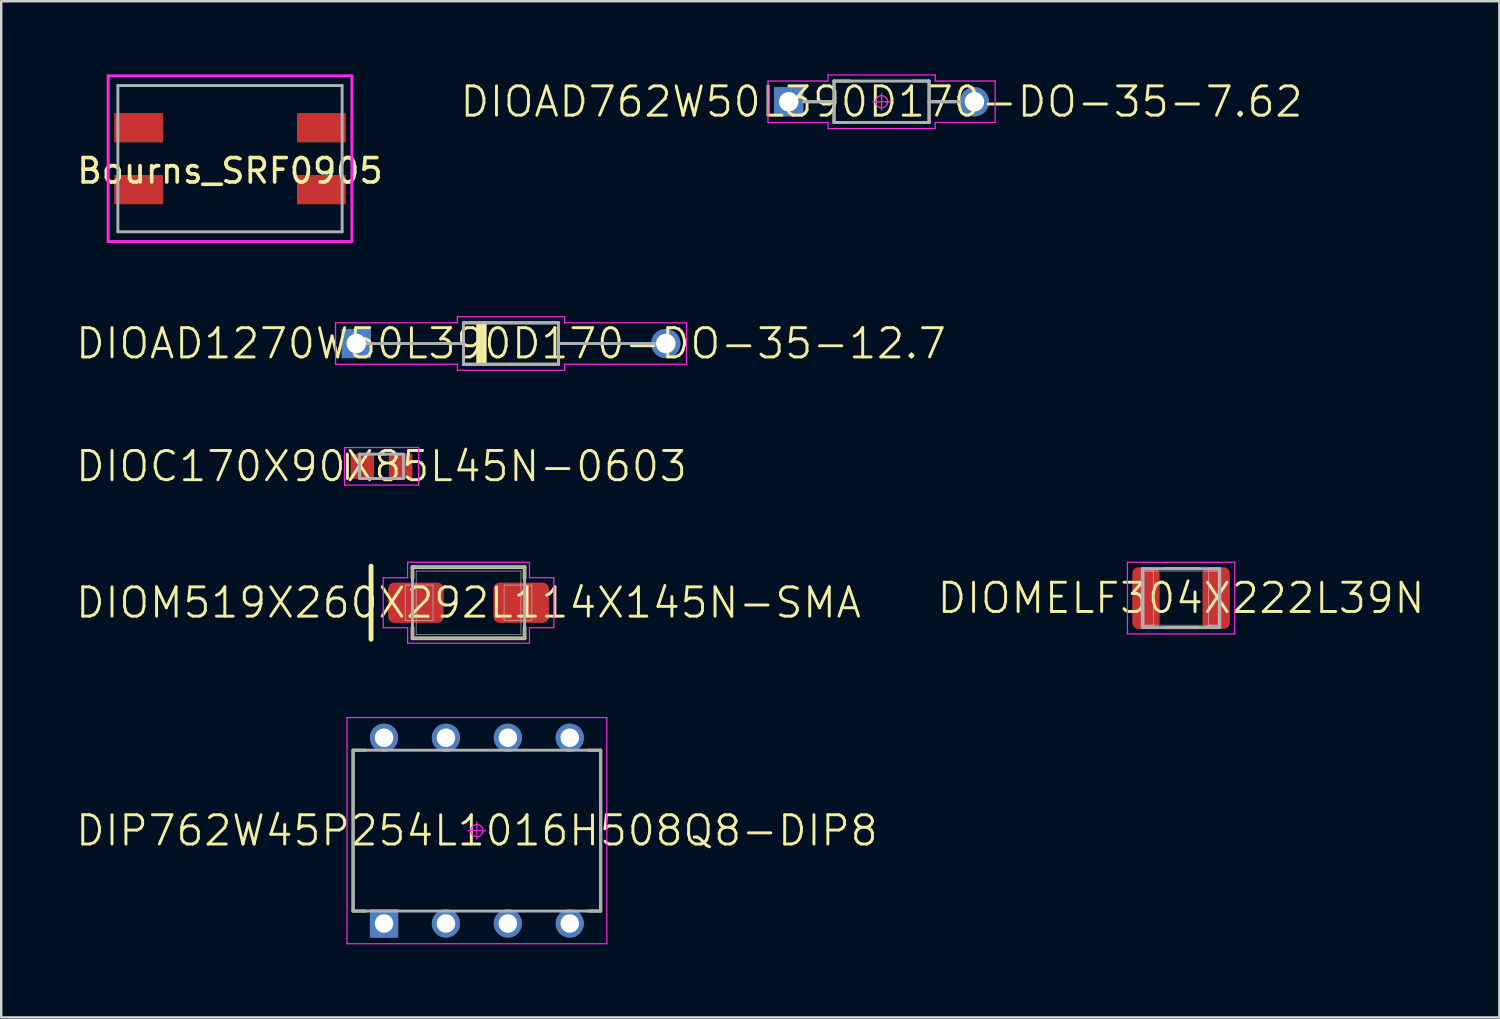
<source format=kicad_pcb>
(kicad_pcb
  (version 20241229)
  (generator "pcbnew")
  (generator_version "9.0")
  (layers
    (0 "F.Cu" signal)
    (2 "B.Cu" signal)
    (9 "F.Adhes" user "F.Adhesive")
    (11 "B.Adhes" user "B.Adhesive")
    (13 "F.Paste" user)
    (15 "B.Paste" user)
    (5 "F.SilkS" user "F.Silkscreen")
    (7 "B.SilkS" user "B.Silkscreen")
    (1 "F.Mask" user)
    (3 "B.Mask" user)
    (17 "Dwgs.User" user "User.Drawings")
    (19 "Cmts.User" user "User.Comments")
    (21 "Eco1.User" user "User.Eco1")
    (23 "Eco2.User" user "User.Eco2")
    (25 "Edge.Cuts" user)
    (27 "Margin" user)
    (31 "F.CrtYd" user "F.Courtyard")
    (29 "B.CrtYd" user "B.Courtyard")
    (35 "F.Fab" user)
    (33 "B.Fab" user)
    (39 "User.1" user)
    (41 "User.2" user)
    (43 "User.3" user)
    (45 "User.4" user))
  (footprint "DIOC170X90X85L45N-0603"
    (layer "F.Cu")
    (at 12.603 16.083)
    (property "Reference" "DIOC170X90X85L45N-0603" (at 0 0 0) (layer "F.SilkS") (effects (font (size 1.2 1.2) (thickness 0.12))))
    (attr smd)
    (fp_line (start -1.399 -0.5) (end -1.399 0.5) (stroke (width 0.12) (type solid)) (layer "F.SilkS"))
    (fp_line (start -0.129 -0.5) (end 0.129 -0.5) (stroke (width 0.12) (type solid)) (layer "F.SilkS"))
    (fp_line (start -0.129 0.5) (end 0.129 0.5) (stroke (width 0.12) (type solid)) (layer "F.SilkS"))
    (fp_line (start -1.52 -0.77) (end 1.52 -0.77) (stroke (width 0.05) (type solid)) (layer "F.CrtYd"))
    (fp_line (start -1.52 0.77) (end -1.52 -0.77) (stroke (width 0.05) (type solid)) (layer "F.CrtYd"))
    (fp_line (start 1.52 -0.77) (end 1.52 0.77) (stroke (width 0.05) (type solid)) (layer "F.CrtYd"))
    (fp_line (start 1.52 0.77) (end -1.52 0.77) (stroke (width 0.05) (type solid)) (layer "F.CrtYd"))
    (fp_line (start -0.9 -0.5) (end 0.9 -0.5) (stroke (width 0.12) (type solid)) (layer "F.Fab"))
    (fp_line (start -0.9 0.5) (end -0.9 -0.5) (stroke (width 0.12) (type solid)) (layer "F.Fab"))
    (fp_line (start 0.9 -0.5) (end 0.9 0.5) (stroke (width 0.12) (type solid)) (layer "F.Fab"))
    (fp_line (start 0.9 0.5) (end -0.9 0.5) (stroke (width 0.12) (type solid)) (layer "F.Fab"))
    (pad "1" smd rect (at -0.785 0) (size 0.96 1.03) (layers "F.Cu" "F.Mask" "F.Paste"))
    (pad "2" smd rect (at 0.785 0) (size 0.96 1.03) (layers "F.Cu" "F.Mask" "F.Paste")))
  (footprint "DIOAD762W50L390D170-DO-35-7.62"
    (layer "F.Cu")
    (at 33.12 1.125)
    (property "Reference" "DIOAD762W50L390D170-DO-35-7.62" (at 0 0 0) (layer "F.SilkS") (effects (font (size 1.2 1.2) (thickness 0.12))))
    (attr through_hole)
    (fp_line (start -1.95 -0.85) (end -1.95 0.85) (stroke (width 0.12) (type solid)) (layer "F.SilkS"))
    (fp_line (start -1.95 0) (end -3.03 0) (stroke (width 0.12) (type solid)) (layer "F.SilkS"))
    (fp_line (start -1.95 0.85) (end -1.3 0.85) (stroke (width 0.12) (type solid)) (layer "F.SilkS"))
    (fp_line (start -1.3 -0.85) (end -1.95 -0.85) (stroke (width 0.12) (type solid)) (layer "F.SilkS"))
    (fp_line (start 1.3 -0.85) (end 1.95 -0.85) (stroke (width 0.12) (type solid)) (layer "F.SilkS"))
    (fp_line (start 1.95 -0.85) (end 1.95 0.85) (stroke (width 0.12) (type solid)) (layer "F.SilkS"))
    (fp_line (start 1.95 0) (end 3.03 0) (stroke (width 0.12) (type solid)) (layer "F.SilkS"))
    (fp_line (start 1.95 0.85) (end 1.3 0.85) (stroke (width 0.12) (type solid)) (layer "F.SilkS"))
    (fp_line (start -4.66 -0.85) (end -2.2 -0.85) (stroke (width 0.05) (type solid)) (layer "F.CrtYd"))
    (fp_line (start -4.66 0.85) (end -4.66 -0.85) (stroke (width 0.05) (type solid)) (layer "F.CrtYd"))
    (fp_line (start -2.2 -1.1) (end 2.2 -1.1) (stroke (width 0.05) (type solid)) (layer "F.CrtYd"))
    (fp_line (start -2.2 -0.85) (end -2.2 -1.1) (stroke (width 0.05) (type solid)) (layer "F.CrtYd"))
    (fp_line (start -2.2 0.85) (end -4.66 0.85) (stroke (width 0.05) (type solid)) (layer "F.CrtYd"))
    (fp_line (start -2.2 1.1) (end -2.2 0.85) (stroke (width 0.05) (type solid)) (layer "F.CrtYd"))
    (fp_line (start 0 -0.35) (end 0 0.35) (stroke (width 0.05) (type solid)) (layer "F.CrtYd"))
    (fp_line (start 0.35 0) (end -0.35 0) (stroke (width 0.05) (type solid)) (layer "F.CrtYd"))
    (fp_line (start 2.2 -1.1) (end 2.2 -0.85) (stroke (width 0.05) (type solid)) (layer "F.CrtYd"))
    (fp_line (start 2.2 -0.85) (end 4.66 -0.85) (stroke (width 0.05) (type solid)) (layer "F.CrtYd"))
    (fp_line (start 2.2 0.85) (end 2.2 1.1) (stroke (width 0.05) (type solid)) (layer "F.CrtYd"))
    (fp_line (start 2.2 1.1) (end -2.2 1.1) (stroke (width 0.05) (type solid)) (layer "F.CrtYd"))
    (fp_line (start 4.66 -0.85) (end 4.66 0.85) (stroke (width 0.05) (type solid)) (layer "F.CrtYd"))
    (fp_line (start 4.66 0.85) (end 2.2 0.85) (stroke (width 0.05) (type solid)) (layer "F.CrtYd"))
    (fp_circle (center 0 0) (end 0 0.25) (stroke (width 0.05) (type solid)) (fill no) (layer "F.CrtYd"))
    (fp_line (start -1.95 -0.85) (end 1.95 -0.85) (stroke (width 0.12) (type solid)) (layer "F.Fab"))
    (fp_line (start -1.95 0) (end -3.21 0) (stroke (width 0.12) (type solid)) (layer "F.Fab"))
    (fp_line (start -1.95 0.85) (end -1.95 -0.85) (stroke (width 0.12) (type solid)) (layer "F.Fab"))
    (fp_line (start 1.95 -0.85) (end 1.95 0.85) (stroke (width 0.12) (type solid)) (layer "F.Fab"))
    (fp_line (start 1.95 0) (end 3.21 0) (stroke (width 0.12) (type solid)) (layer "F.Fab"))
    (fp_line (start 1.95 0.85) (end -1.95 0.85) (stroke (width 0.12) (type solid)) (layer "F.Fab"))
    (pad "A" thru_hole circle (at 3.81 0) (size 1.2 1.2) (drill 0.8) (layers "*.Cu" "*.Mask"))
    (pad "C" thru_hole rect (at -3.81 0) (size 1.2 1.2) (drill 0.8) (layers "*.Cu" "*.Mask")))
  (footprint "DIP762W45P254L1016H508Q8-DIP8"
    (layer "F.Cu")
    (at 16.517 31.03)
    (property "Reference" "DIP762W45P254L1016H508Q8-DIP8" (at 0 0 0) (layer "F.SilkS") (effects (font (size 1.2 1.2) (thickness 0.12))))
    (attr through_hole)
    (fp_line (start -5.08 -3.3) (end -4.57 -3.3) (stroke (width 0.12) (type solid)) (layer "F.SilkS"))
    (fp_line (start -5.08 3.3) (end -5.08 -3.3) (stroke (width 0.12) (type solid)) (layer "F.SilkS"))
    (fp_line (start -4.57 3.3) (end -5.08 3.3) (stroke (width 0.12) (type solid)) (layer "F.SilkS"))
    (fp_line (start 4.57 3.3) (end 5.08 3.3) (stroke (width 0.12) (type solid)) (layer "F.SilkS"))
    (fp_line (start 5.08 -3.3) (end 4.57 -3.3) (stroke (width 0.12) (type solid)) (layer "F.SilkS"))
    (fp_line (start 5.08 3.3) (end 5.08 -3.3) (stroke (width 0.12) (type solid)) (layer "F.SilkS"))
    (fp_line (start -5.33 -4.64) (end 5.33 -4.64) (stroke (width 0.05) (type solid)) (layer "F.CrtYd"))
    (fp_line (start -5.33 4.64) (end -5.33 -4.64) (stroke (width 0.05) (type solid)) (layer "F.CrtYd"))
    (fp_line (start -0.35 0) (end 0.35 0) (stroke (width 0.05) (type solid)) (layer "F.CrtYd"))
    (fp_line (start 0 -0.35) (end 0 0.35) (stroke (width 0.05) (type solid)) (layer "F.CrtYd"))
    (fp_line (start 5.33 -4.64) (end 5.33 4.64) (stroke (width 0.05) (type solid)) (layer "F.CrtYd"))
    (fp_line (start 5.33 4.64) (end -5.33 4.64) (stroke (width 0.05) (type solid)) (layer "F.CrtYd"))
    (fp_circle (center 0 0) (end 0 0.25) (stroke (width 0.05) (type solid)) (fill no) (layer "F.CrtYd"))
    (fp_line (start -5.08 -3.3) (end 5.08 -3.3) (stroke (width 0.12) (type solid)) (layer "F.Fab"))
    (fp_line (start -5.08 3.3) (end -5.08 -3.3) (stroke (width 0.12) (type solid)) (layer "F.Fab"))
    (fp_line (start 5.08 -3.3) (end 5.08 3.3) (stroke (width 0.12) (type solid)) (layer "F.Fab"))
    (fp_line (start 5.08 3.3) (end -5.08 3.3) (stroke (width 0.12) (type solid)) (layer "F.Fab"))
    (pad "1" thru_hole rect (at -3.81 3.81) (size 1.16 1.16) (drill 0.76) (layers "*.Cu" "*.Mask"))
    (pad "2" thru_hole circle (at -1.27 3.81) (size 1.16 1.16) (drill 0.76) (layers "*.Cu" "*.Mask"))
    (pad "3" thru_hole circle (at 1.27 3.81) (size 1.16 1.16) (drill 0.76) (layers "*.Cu" "*.Mask"))
    (pad "4" thru_hole circle (at 3.81 3.81) (size 1.16 1.16) (drill 0.76) (layers "*.Cu" "*.Mask"))
    (pad "5" thru_hole circle (at 3.81 -3.81) (size 1.16 1.16) (drill 0.76) (layers "*.Cu" "*.Mask"))
    (pad "6" thru_hole circle (at 1.27 -3.81) (size 1.16 1.16) (drill 0.76) (layers "*.Cu" "*.Mask"))
    (pad "7" thru_hole circle (at -1.27 -3.81) (size 1.16 1.16) (drill 0.76) (layers "*.Cu" "*.Mask"))
    (pad "8" thru_hole circle (at -3.81 -3.81) (size 1.16 1.16) (drill 0.76) (layers "*.Cu" "*.Mask")))
  (footprint "DIOAD1270W50L390D170-DO-35-12.7"
    (layer "F.Cu")
    (at 17.917 11.045)
    (property "Reference" "DIOAD1270W50L390D170-DO-35-12.7" (at 0 0 0) (layer "F.SilkS") (effects (font (size 1.2 1.2) (thickness 0.12))))
    (attr through_hole)
    (fp_line (start -1.95 -0.85) (end -1.95 0.85) (stroke (width 0.12) (type solid)) (layer "F.SilkS"))
    (fp_line (start -1.95 0) (end -3.03 0) (stroke (width 0.12) (type solid)) (layer "F.SilkS"))
    (fp_line (start -1.95 0.85) (end 0 0.85) (stroke (width 0.12) (type solid)) (layer "F.SilkS"))
    (fp_line (start -1.366 -0.85) (end -1.366 0.85) (stroke (width 0.12) (type solid)) (layer "F.SilkS"))
    (fp_line (start -1.264 -0.85) (end -1.264 0.85) (stroke (width 0.12) (type solid)) (layer "F.SilkS"))
    (fp_line (start -1.163 -0.85) (end -1.163 0.85) (stroke (width 0.12) (type solid)) (layer "F.SilkS"))
    (fp_line (start -1.061 -0.85) (end -1.061 0.85) (stroke (width 0.12) (type solid)) (layer "F.SilkS"))
    (fp_line (start 0 -0.85) (end -1.95 -0.85) (stroke (width 0.12) (type solid)) (layer "F.SilkS"))
    (fp_line (start 0 -0.85) (end 1.95 -0.85) (stroke (width 0.12) (type solid)) (layer "F.SilkS"))
    (fp_line (start 1.95 -0.85) (end 1.95 0.85) (stroke (width 0.12) (type solid)) (layer "F.SilkS"))
    (fp_line (start 1.95 0) (end 3.03 0) (stroke (width 0.12) (type solid)) (layer "F.SilkS"))
    (fp_line (start 1.95 0.85) (end 0 0.85) (stroke (width 0.12) (type solid)) (layer "F.SilkS"))
    (fp_line (start -7.2 -0.85) (end -2.2 -0.85) (stroke (width 0.05) (type solid)) (layer "F.CrtYd"))
    (fp_line (start -7.2 0.85) (end -7.2 -0.85) (stroke (width 0.05) (type solid)) (layer "F.CrtYd"))
    (fp_line (start -2.2 -1.1) (end 2.2 -1.1) (stroke (width 0.05) (type solid)) (layer "F.CrtYd"))
    (fp_line (start -2.2 -0.85) (end -2.2 -1.1) (stroke (width 0.05) (type solid)) (layer "F.CrtYd"))
    (fp_line (start -2.2 0.85) (end -7.2 0.85) (stroke (width 0.05) (type solid)) (layer "F.CrtYd"))
    (fp_line (start -2.2 1.1) (end -2.2 0.85) (stroke (width 0.05) (type solid)) (layer "F.CrtYd"))
    (fp_line (start 2.2 -1.1) (end 2.2 -0.85) (stroke (width 0.05) (type solid)) (layer "F.CrtYd"))
    (fp_line (start 2.2 -0.85) (end 7.2 -0.85) (stroke (width 0.05) (type solid)) (layer "F.CrtYd"))
    (fp_line (start 2.2 0.85) (end 2.2 1.1) (stroke (width 0.05) (type solid)) (layer "F.CrtYd"))
    (fp_line (start 2.2 1.1) (end -2.2 1.1) (stroke (width 0.05) (type solid)) (layer "F.CrtYd"))
    (fp_line (start 7.2 -0.85) (end 7.2 0.85) (stroke (width 0.05) (type solid)) (layer "F.CrtYd"))
    (fp_line (start 7.2 0.85) (end 2.2 0.85) (stroke (width 0.05) (type solid)) (layer "F.CrtYd"))
    (fp_line (start -1.95 -0.85) (end 1.95 -0.85) (stroke (width 0.12) (type solid)) (layer "F.Fab"))
    (fp_line (start -1.95 0) (end -6.35 0) (stroke (width 0.12) (type solid)) (layer "F.Fab"))
    (fp_line (start -1.95 0.85) (end -1.95 -0.85) (stroke (width 0.12) (type solid)) (layer "F.Fab"))
    (fp_line (start 1.95 -0.85) (end 1.95 0.85) (stroke (width 0.12) (type solid)) (layer "F.Fab"))
    (fp_line (start 1.95 0) (end 6.35 0) (stroke (width 0.12) (type solid)) (layer "F.Fab"))
    (fp_line (start 1.95 0.85) (end -1.95 0.85) (stroke (width 0.12) (type solid)) (layer "F.Fab"))
    (pad "1" thru_hole rect (at -6.35 0) (size 1.2 1.2) (drill 0.8) (layers "*.Cu" "*.Mask"))
    (pad "2" thru_hole circle (at 6.35 0) (size 1.2 1.2) (drill 0.8) (layers "*.Cu" "*.Mask")))
  (footprint "DIOM519X260X292L114X145N-SMA"
    (layer "F.Cu")
    (at 16.174 21.68)
    (property "Reference" "DIOM519X260X292L114X145N-SMA" (at 0 0 0) (layer "F.SilkS") (effects (font (size 1.2 1.2) (thickness 0.12))))
    (attr smd)
    (fp_line (start -4 -1.5) (end -4 1.5) (stroke (width 0.2) (type solid)) (layer "F.SilkS"))
    (fp_line (start -2.3 -1.46) (end 2.3 -1.46) (stroke (width 0.15) (type solid)) (layer "F.SilkS"))
    (fp_line (start -2.3 -1.005) (end -2.3 -1.46) (stroke (width 0.15) (type solid)) (layer "F.SilkS"))
    (fp_line (start -2.3 1.46) (end -2.3 1.005) (stroke (width 0.15) (type solid)) (layer "F.SilkS"))
    (fp_line (start 2.3 -1.46) (end 2.3 -1.005) (stroke (width 0.15) (type solid)) (layer "F.SilkS"))
    (fp_line (start 2.3 1.005) (end 2.3 1.46) (stroke (width 0.15) (type solid)) (layer "F.SilkS"))
    (fp_line (start 2.3 1.46) (end -2.3 1.46) (stroke (width 0.15) (type solid)) (layer "F.SilkS"))
    (fp_line (start -2.598 -0.725) (end -1.458 -0.725) (stroke (width 0.025) (type solid)) (layer "Dwgs.User"))
    (fp_line (start -2.598 0.725) (end -2.598 -0.725) (stroke (width 0.025) (type solid)) (layer "Dwgs.User"))
    (fp_line (start -2.15 -1.302) (end 2.15 -1.302) (stroke (width 0.025) (type solid)) (layer "Dwgs.User"))
    (fp_line (start -2.15 1.302) (end -2.15 -1.302) (stroke (width 0.025) (type solid)) (layer "Dwgs.User"))
    (fp_line (start -1.458 -0.725) (end -1.458 0.725) (stroke (width 0.025) (type solid)) (layer "Dwgs.User"))
    (fp_line (start -1.458 0.725) (end -2.598 0.725) (stroke (width 0.025) (type solid)) (layer "Dwgs.User"))
    (fp_line (start 1.458 -0.725) (end 2.598 -0.725) (stroke (width 0.025) (type solid)) (layer "Dwgs.User"))
    (fp_line (start 1.458 0.725) (end 1.458 -0.725) (stroke (width 0.025) (type solid)) (layer "Dwgs.User"))
    (fp_line (start 2.15 -1.302) (end 2.15 1.302) (stroke (width 0.025) (type solid)) (layer "Dwgs.User"))
    (fp_line (start 2.15 1.302) (end -2.15 1.302) (stroke (width 0.025) (type solid)) (layer "Dwgs.User"))
    (fp_line (start 2.598 -0.725) (end 2.598 0.725) (stroke (width 0.025) (type solid)) (layer "Dwgs.User"))
    (fp_line (start 2.598 0.725) (end 1.458 0.725) (stroke (width 0.025) (type solid)) (layer "Dwgs.User"))
    (fp_line (start -3.5 -1.025) (end -3.5 1.025) (stroke (width 0.05) (type solid)) (layer "F.CrtYd"))
    (fp_line (start -3.5 1.025) (end -2.5 1.025) (stroke (width 0.05) (type solid)) (layer "F.CrtYd"))
    (fp_line (start -2.5 -1.66) (end -2.5 -1.025) (stroke (width 0.05) (type solid)) (layer "F.CrtYd"))
    (fp_line (start -2.5 -1.025) (end -3.5 -1.025) (stroke (width 0.05) (type solid)) (layer "F.CrtYd"))
    (fp_line (start -2.5 1.025) (end -2.5 1.66) (stroke (width 0.05) (type solid)) (layer "F.CrtYd"))
    (fp_line (start -2.5 1.66) (end 2.5 1.66) (stroke (width 0.05) (type solid)) (layer "F.CrtYd"))
    (fp_line (start 2.5 -1.66) (end -2.5 -1.66) (stroke (width 0.05) (type solid)) (layer "F.CrtYd"))
    (fp_line (start 2.5 -1.025) (end 2.5 -1.66) (stroke (width 0.05) (type solid)) (layer "F.CrtYd"))
    (fp_line (start 2.5 1.025) (end 3.5 1.025) (stroke (width 0.05) (type solid)) (layer "F.CrtYd"))
    (fp_line (start 2.5 1.66) (end 2.5 1.025) (stroke (width 0.05) (type solid)) (layer "F.CrtYd"))
    (fp_line (start 3.5 -1.025) (end 2.5 -1.025) (stroke (width 0.05) (type solid)) (layer "F.CrtYd"))
    (fp_line (start 3.5 1.025) (end 3.5 -1.025) (stroke (width 0.05) (type solid)) (layer "F.CrtYd"))
    (fp_line (start -2.3 -1.46) (end 2.3 -1.46) (stroke (width 0.12) (type solid)) (layer "F.Fab"))
    (fp_line (start -2.3 1.46) (end -2.3 -1.46) (stroke (width 0.12) (type solid)) (layer "F.Fab"))
    (fp_line (start 2.3 -1.46) (end 2.3 1.46) (stroke (width 0.12) (type solid)) (layer "F.Fab"))
    (fp_line (start 2.3 1.46) (end -2.3 1.46) (stroke (width 0.12) (type solid)) (layer "F.Fab"))
    (pad "1" smd roundrect (at -2.16 0) (size 2.28 1.65) (layers "F.Cu" "F.Mask" "F.Paste") (roundrect_rratio 0.152))
    (pad "2" smd roundrect (at 2.16 0) (size 2.28 1.65) (layers "F.Cu" "F.Mask" "F.Paste") (roundrect_rratio 0.152)))
  (footprint "DIOMELF304X222L39N"
    (layer "F.Cu")
    (at 45.409 21.49)
    (property "Reference" "DIOMELF304X222L39N" (at 0 0 0) (layer "F.SilkS") (effects (font (size 1.2 1.2) (thickness 0.12))))
    (attr smd)
    (fp_line (start -0.7 -1.21) (end 0.7 -1.21) (stroke (width 0.12) (type solid)) (layer "F.SilkS"))
    (fp_line (start -0.7 1.21) (end 0.7 1.21) (stroke (width 0.12) (type solid)) (layer "F.SilkS"))
    (fp_line (start -1.524 -1.111) (end 1.524 -1.111) (stroke (width 0.025) (type solid)) (layer "Dwgs.User"))
    (fp_line (start -1.524 -1.11) (end -1.132 -1.11) (stroke (width 0.025) (type solid)) (layer "Dwgs.User"))
    (fp_line (start -1.524 1.11) (end -1.524 -1.11) (stroke (width 0.025) (type solid)) (layer "Dwgs.User"))
    (fp_line (start -1.524 1.111) (end -1.524 -1.111) (stroke (width 0.025) (type solid)) (layer "Dwgs.User"))
    (fp_line (start -1.132 -1.11) (end -1.132 1.11) (stroke (width 0.025) (type solid)) (layer "Dwgs.User"))
    (fp_line (start -1.132 1.11) (end -1.524 1.11) (stroke (width 0.025) (type solid)) (layer "Dwgs.User"))
    (fp_line (start 1.132 -1.11) (end 1.524 -1.11) (stroke (width 0.025) (type solid)) (layer "Dwgs.User"))
    (fp_line (start 1.132 1.11) (end 1.132 -1.11) (stroke (width 0.025) (type solid)) (layer "Dwgs.User"))
    (fp_line (start 1.524 -1.111) (end 1.524 1.111) (stroke (width 0.025) (type solid)) (layer "Dwgs.User"))
    (fp_line (start 1.524 -1.11) (end 1.524 1.11) (stroke (width 0.025) (type solid)) (layer "Dwgs.User"))
    (fp_line (start 1.524 1.11) (end 1.132 1.11) (stroke (width 0.025) (type solid)) (layer "Dwgs.User"))
    (fp_line (start 1.524 1.111) (end -1.524 1.111) (stroke (width 0.025) (type solid)) (layer "Dwgs.User"))
    (fp_line (start -2.2 -1.47) (end 2.2 -1.47) (stroke (width 0.05) (type solid)) (layer "F.CrtYd"))
    (fp_line (start -2.2 1.47) (end -2.2 -1.47) (stroke (width 0.05) (type solid)) (layer "F.CrtYd"))
    (fp_line (start 2.2 -1.47) (end 2.2 1.47) (stroke (width 0.05) (type solid)) (layer "F.CrtYd"))
    (fp_line (start 2.2 1.47) (end -2.2 1.47) (stroke (width 0.05) (type solid)) (layer "F.CrtYd"))
    (fp_line (start -1.59 -1.21) (end 1.59 -1.21) (stroke (width 0.12) (type solid)) (layer "F.Fab"))
    (fp_line (start -1.59 1.21) (end -1.59 -1.21) (stroke (width 0.12) (type solid)) (layer "F.Fab"))
    (fp_line (start 1.59 -1.21) (end 1.59 1.21) (stroke (width 0.12) (type solid)) (layer "F.Fab"))
    (fp_line (start 1.59 1.21) (end -1.59 1.21) (stroke (width 0.12) (type solid)) (layer "F.Fab"))
    (pad "1" smd roundrect (at -1.44 0) (size 1.12 2.53) (layers "F.Cu" "F.Mask" "F.Paste") (roundrect_rratio 0.223))
    (pad "2" smd roundrect (at 1.44 0) (size 1.12 2.53) (layers "F.Cu" "F.Mask" "F.Paste") (roundrect_rratio 0.223)))
  (footprint "Bourns_SRF0905"
    (layer "F.Cu")
    (at 6.387 3.46)
    (property "Reference" "Bourns_SRF0905" (at 0 0.5 0) (layer "F.SilkS") (effects (font (size 1 1) (thickness 0.15))))
    (attr through_hole)
    (fp_line (start -5 -3.4) (end 5 -3.4) (stroke (width 0.12) (type solid)) (layer "F.CrtYd"))
    (fp_line (start -5 3.4) (end -5 -3.4) (stroke (width 0.12) (type solid)) (layer "F.CrtYd"))
    (fp_line (start 5 -3.4) (end 5 3.4) (stroke (width 0.12) (type solid)) (layer "F.CrtYd"))
    (fp_line (start 5 3.4) (end -5 3.4) (stroke (width 0.12) (type solid)) (layer "F.CrtYd"))
    (fp_line (start -4.6 -3) (end 4.6 -3) (stroke (width 0.12) (type solid)) (layer "F.Fab"))
    (fp_line (start -4.6 3) (end -4.6 -3) (stroke (width 0.12) (type solid)) (layer "F.Fab"))
    (fp_line (start 4.6 -3) (end 4.6 3) (stroke (width 0.12) (type solid)) (layer "F.Fab"))
    (fp_line (start 4.6 3) (end -4.6 3) (stroke (width 0.12) (type solid)) (layer "F.Fab"))
    (pad "1" smd rect (at -3.75 -1.27) (size 2 1.2) (layers "F.Cu" "F.Mask" "F.Paste"))
    (pad "2" smd rect (at -3.75 1.27) (size 2 1.2) (layers "F.Cu" "F.Mask" "F.Paste"))
    (pad "3" smd rect (at 3.75 1.27) (size 2 1.2) (layers "F.Cu" "F.Mask" "F.Paste"))
    (pad "4" smd rect (at 3.75 -1.27) (size 2 1.2) (layers "F.Cu" "F.Mask" "F.Paste")))
  (gr_rect
    (start -3 -3)
    (end 58.469 38.695)
    (stroke (width 0.1) (type default))
    (fill no)
    (layer "Edge.Cuts")))
</source>
